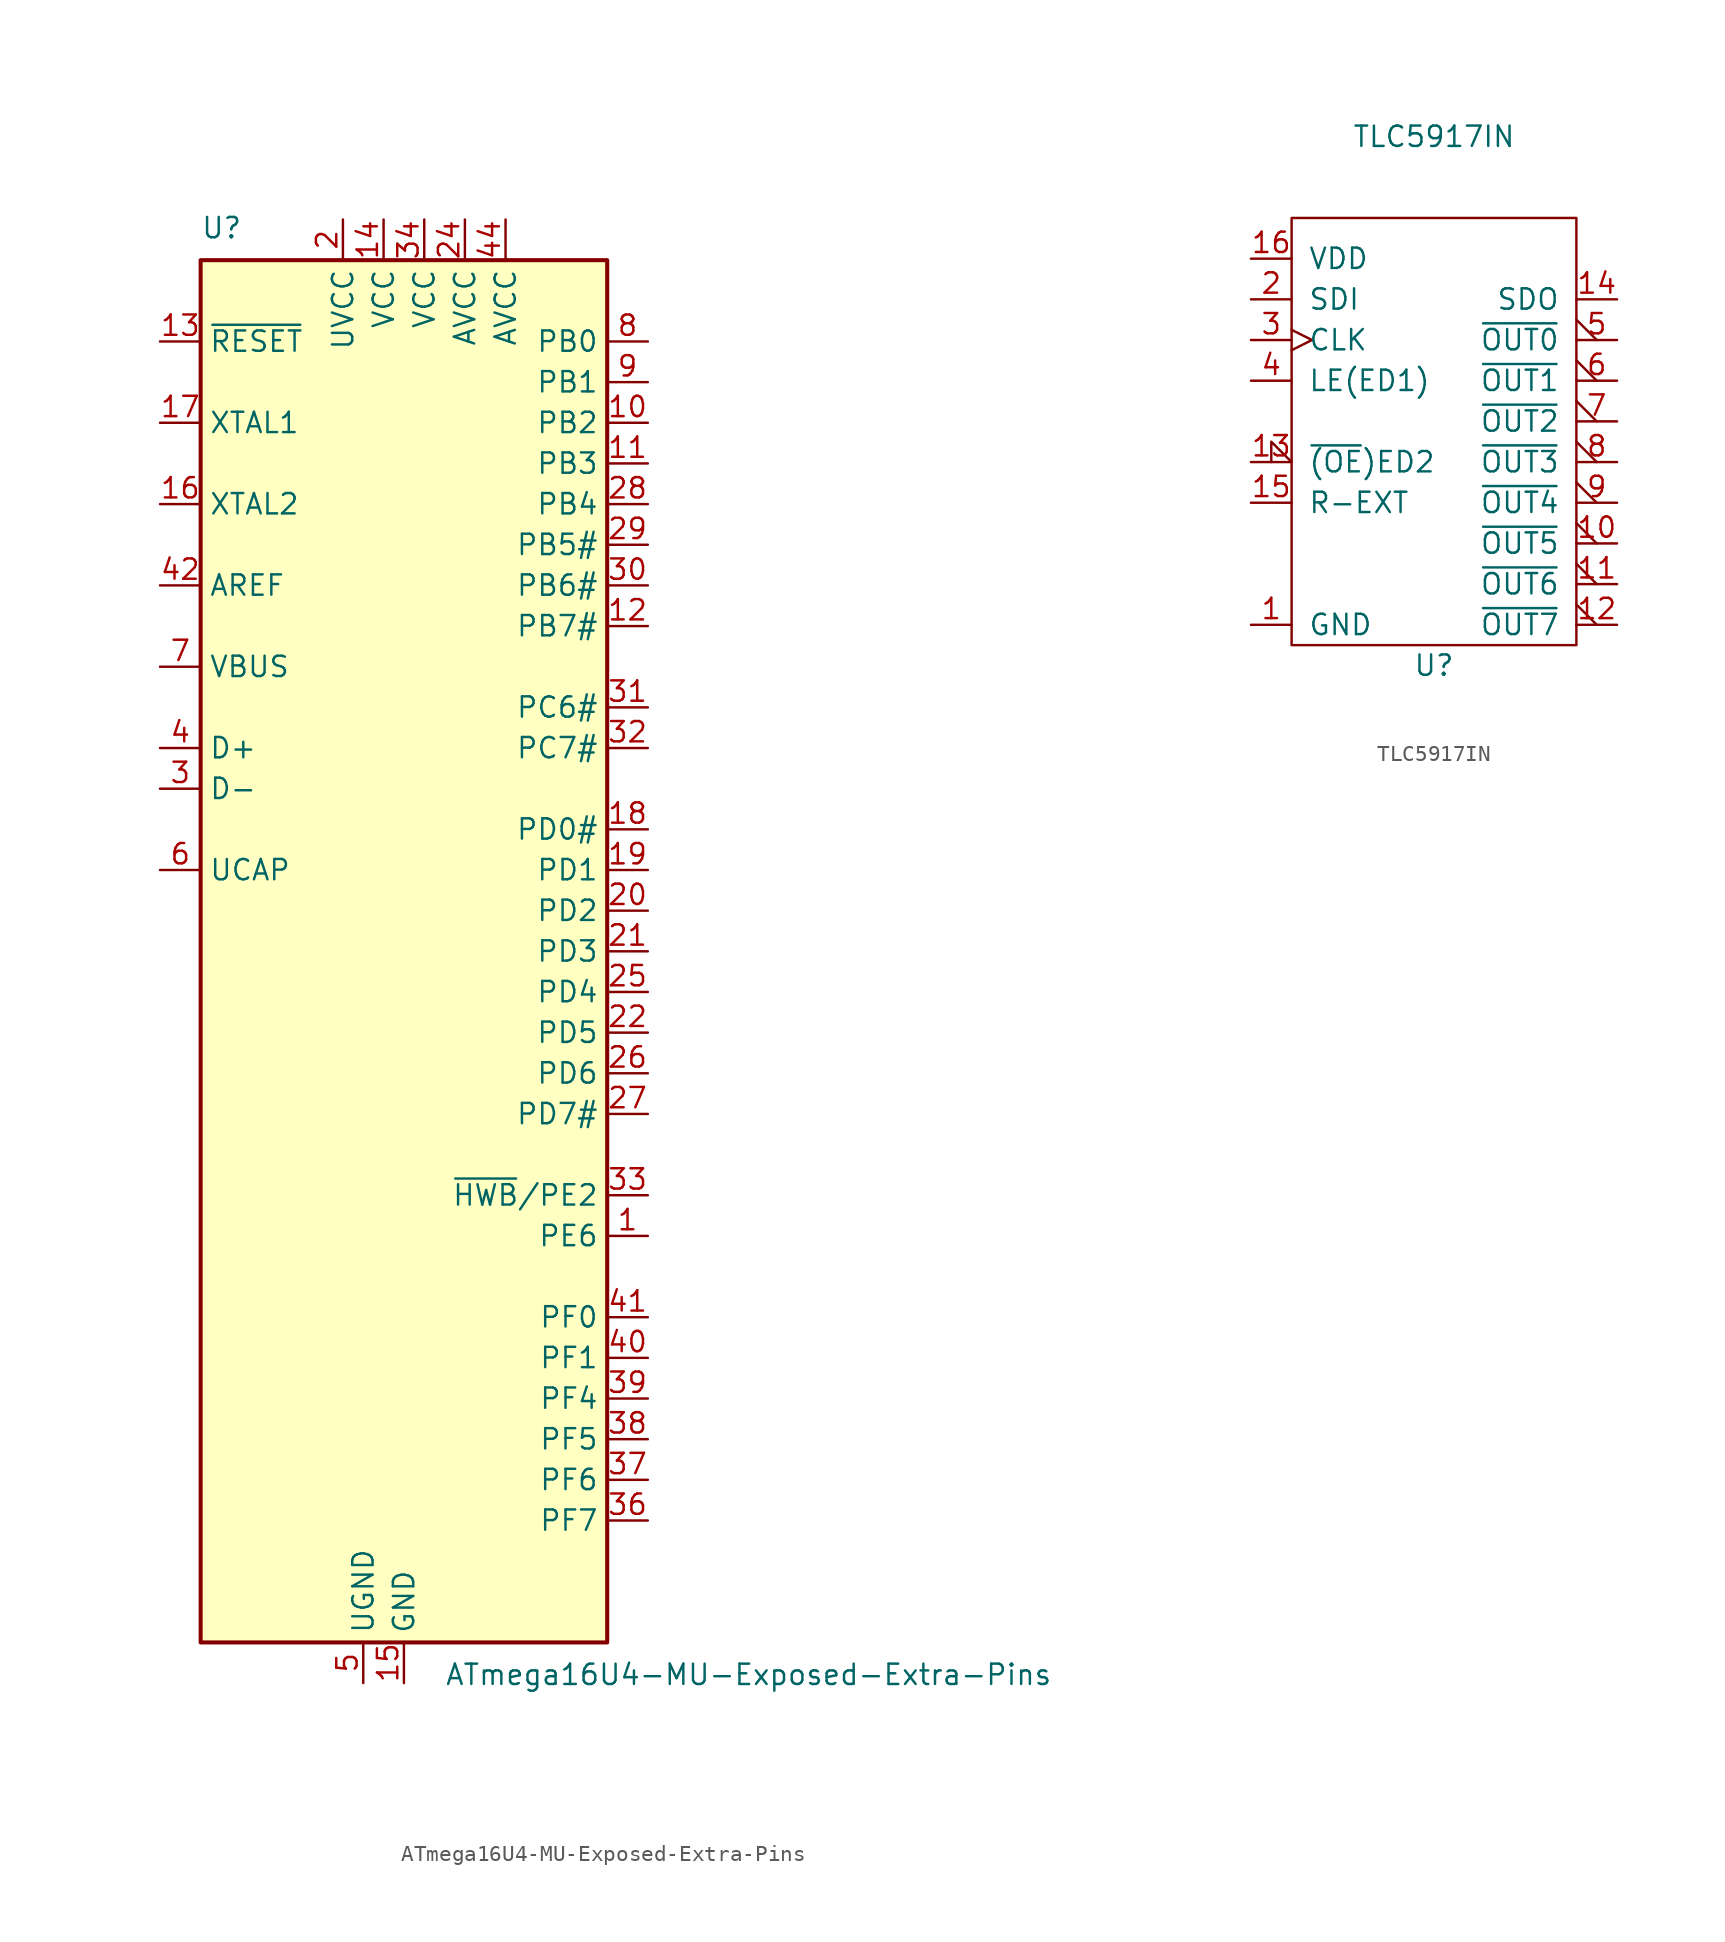
<source format=kicad_sym>
(kicad_symbol_lib
  (version 20211014)
  (generator kicad_symbol_editor)
  (symbol "ATmega16U4-MU-Exposed-Extra-Pins"
    (property "Reference" "U"
      (at -12.7 44.45 0)
      (effects (font (size 1.27 1.27)) (justify left bottom)))
    (property "Value" "ATmega16U4-MU-Exposed-Extra-Pins"
      (at 2.54 -44.45 0)
      (effects (font (size 1.27 1.27)) (justify left top)))
    (symbol "ATmega16U4-MU-Exposed-Extra-Pins_0_1"
      (rectangle (start -12.7 -43.18) (end 12.7 43.18) (stroke (width 0.254) (type default) (color 0 0 0 0)) (fill (type background))))
    (symbol "ATmega16U4-MU-Exposed-Extra-Pins_1_1"
      (pin bidirectional line (at 15.24 -17.78 180) (length 2.54) (name "PE6" (effects (font (size 1.27 1.27)))) (number "1" (effects (font (size 1.27 1.27)))))
      (pin bidirectional line (at 15.24 33.02 180) (length 2.54) (name "PB2" (effects (font (size 1.27 1.27)))) (number "10" (effects (font (size 1.27 1.27)))))
      (pin bidirectional line (at 15.24 30.48 180) (length 2.54) (name "PB3" (effects (font (size 1.27 1.27)))) (number "11" (effects (font (size 1.27 1.27)))))
      (pin bidirectional line (at 15.24 20.32 180) (length 2.54) (name "PB7#" (effects (font (size 1.27 1.27)))) (number "12" (effects (font (size 1.27 1.27)))))
      (pin input line (at -15.24 38.1 0) (length 2.54) (name "~{RESET}" (effects (font (size 1.27 1.27)))) (number "13" (effects (font (size 1.27 1.27)))))
      (pin power_in line (at -1.27 45.72 270) (length 2.54) (name "VCC" (effects (font (size 1.27 1.27)))) (number "14" (effects (font (size 1.27 1.27)))))
      (pin power_in line (at 0 -45.72 90) (length 2.54) (name "GND" (effects (font (size 1.27 1.27)))) (number "15" (effects (font (size 1.27 1.27)))))
      (pin output line (at -15.24 27.94 0) (length 2.54) (name "XTAL2" (effects (font (size 1.27 1.27)))) (number "16" (effects (font (size 1.27 1.27)))))
      (pin input line (at -15.24 33.02 0) (length 2.54) (name "XTAL1" (effects (font (size 1.27 1.27)))) (number "17" (effects (font (size 1.27 1.27)))))
      (pin bidirectional line (at 15.24 7.62 180) (length 2.54) (name "PD0#" (effects (font (size 1.27 1.27)))) (number "18" (effects (font (size 1.27 1.27)))))
      (pin bidirectional line (at 15.24 5.08 180) (length 2.54) (name "PD1" (effects (font (size 1.27 1.27)))) (number "19" (effects (font (size 1.27 1.27)))))
      (pin power_in line (at -3.81 45.72 270) (length 2.54) (name "UVCC" (effects (font (size 1.27 1.27)))) (number "2" (effects (font (size 1.27 1.27)))))
      (pin bidirectional line (at 15.24 2.54 180) (length 2.54) (name "PD2" (effects (font (size 1.27 1.27)))) (number "20" (effects (font (size 1.27 1.27)))))
      (pin bidirectional line (at 15.24 0 180) (length 2.54) (name "PD3" (effects (font (size 1.27 1.27)))) (number "21" (effects (font (size 1.27 1.27)))))
      (pin bidirectional line (at 15.24 -5.08 180) (length 2.54) (name "PD5" (effects (font (size 1.27 1.27)))) (number "22" (effects (font (size 1.27 1.27)))))
      (pin passive line (at 0 -45.72 90) (length 2.54) hide (name "GND" (effects (font (size 1.27 1.27)))) (number "23" (effects (font (size 1.27 1.27)))))
      (pin power_in line (at 3.81 45.72 270) (length 2.54) (name "AVCC" (effects (font (size 1.27 1.27)))) (number "24" (effects (font (size 1.27 1.27)))))
      (pin bidirectional line (at 15.24 -2.54 180) (length 2.54) (name "PD4" (effects (font (size 1.27 1.27)))) (number "25" (effects (font (size 1.27 1.27)))))
      (pin bidirectional line (at 15.24 -7.62 180) (length 2.54) (name "PD6" (effects (font (size 1.27 1.27)))) (number "26" (effects (font (size 1.27 1.27)))))
      (pin bidirectional line (at 15.24 -10.16 180) (length 2.54) (name "PD7#" (effects (font (size 1.27 1.27)))) (number "27" (effects (font (size 1.27 1.27)))))
      (pin bidirectional line (at 15.24 27.94 180) (length 2.54) (name "PB4" (effects (font (size 1.27 1.27)))) (number "28" (effects (font (size 1.27 1.27)))))
      (pin bidirectional line (at 15.24 25.4 180) (length 2.54) (name "PB5#" (effects (font (size 1.27 1.27)))) (number "29" (effects (font (size 1.27 1.27)))))
      (pin bidirectional line (at -15.24 10.16 0) (length 2.54) (name "D-" (effects (font (size 1.27 1.27)))) (number "3" (effects (font (size 1.27 1.27)))))
      (pin bidirectional line (at 15.24 22.86 180) (length 2.54) (name "PB6#" (effects (font (size 1.27 1.27)))) (number "30" (effects (font (size 1.27 1.27)))))
      (pin bidirectional line (at 15.24 15.24 180) (length 2.54) (name "PC6#" (effects (font (size 1.27 1.27)))) (number "31" (effects (font (size 1.27 1.27)))))
      (pin bidirectional line (at 15.24 12.7 180) (length 2.54) (name "PC7#" (effects (font (size 1.27 1.27)))) (number "32" (effects (font (size 1.27 1.27)))))
      (pin bidirectional line (at 15.24 -15.24 180) (length 2.54) (name "~{HWB}/PE2" (effects (font (size 1.27 1.27)))) (number "33" (effects (font (size 1.27 1.27)))))
      (pin power_in line (at 1.27 45.72 270) (length 2.54) (name "VCC" (effects (font (size 1.27 1.27)))) (number "34" (effects (font (size 1.27 1.27)))))
      (pin passive line (at 0 -45.72 90) (length 2.54) hide (name "GND" (effects (font (size 1.27 1.27)))) (number "35" (effects (font (size 1.27 1.27)))))
      (pin bidirectional line (at 15.24 -35.56 180) (length 2.54) (name "PF7" (effects (font (size 1.27 1.27)))) (number "36" (effects (font (size 1.27 1.27)))))
      (pin bidirectional line (at 15.24 -33.02 180) (length 2.54) (name "PF6" (effects (font (size 1.27 1.27)))) (number "37" (effects (font (size 1.27 1.27)))))
      (pin bidirectional line (at 15.24 -30.48 180) (length 2.54) (name "PF5" (effects (font (size 1.27 1.27)))) (number "38" (effects (font (size 1.27 1.27)))))
      (pin bidirectional line (at 15.24 -27.94 180) (length 2.54) (name "PF4" (effects (font (size 1.27 1.27)))) (number "39" (effects (font (size 1.27 1.27)))))
      (pin bidirectional line (at -15.24 12.7 0) (length 2.54) (name "D+" (effects (font (size 1.27 1.27)))) (number "4" (effects (font (size 1.27 1.27)))))
      (pin bidirectional line (at 15.24 -25.4 180) (length 2.54) (name "PF1" (effects (font (size 1.27 1.27)))) (number "40" (effects (font (size 1.27 1.27)))))
      (pin bidirectional line (at 15.24 -22.86 180) (length 2.54) (name "PF0" (effects (font (size 1.27 1.27)))) (number "41" (effects (font (size 1.27 1.27)))))
      (pin passive line (at -15.24 22.86 0) (length 2.54) (name "AREF" (effects (font (size 1.27 1.27)))) (number "42" (effects (font (size 1.27 1.27)))))
      (pin passive line (at 0 -45.72 90) (length 2.54) hide (name "GND" (effects (font (size 1.27 1.27)))) (number "43" (effects (font (size 1.27 1.27)))))
      (pin power_in line (at 6.35 45.72 270) (length 2.54) (name "AVCC" (effects (font (size 1.27 1.27)))) (number "44" (effects (font (size 1.27 1.27)))))
      (pin passive line (at 0 -45.72 90) (length 2.54) hide (name "GND" (effects (font (size 1.27 1.27)))) (number "45" (effects (font (size 1.27 1.27)))))
      (pin passive line (at -2.54 -45.72 90) (length 2.54) (name "UGND" (effects (font (size 1.27 1.27)))) (number "5" (effects (font (size 1.27 1.27)))))
      (pin passive line (at -15.24 5.08 0) (length 2.54) (name "UCAP" (effects (font (size 1.27 1.27)))) (number "6" (effects (font (size 1.27 1.27)))))
      (pin input line (at -15.24 17.78 0) (length 2.54) (name "VBUS" (effects (font (size 1.27 1.27)))) (number "7" (effects (font (size 1.27 1.27)))))
      (pin bidirectional line (at 15.24 38.1 180) (length 2.54) (name "PB0" (effects (font (size 1.27 1.27)))) (number "8" (effects (font (size 1.27 1.27)))))
      (pin bidirectional line (at 15.24 35.56 180) (length 2.54) (name "PB1" (effects (font (size 1.27 1.27)))) (number "9" (effects (font (size 1.27 1.27)))))))
  (symbol "TLC5917IN"
    (pin_names
      (offset 1.016))
    (property "Reference" "U"
      (at 0 -13.97 0)
      (effects (font (size 1.27 1.27))))
    (property "Value" "TLC5917IN"
      (at 0 19.05 0)
      (effects (font (size 1.27 1.27))))
    (symbol "TLC5917IN_0_1"
      (rectangle (start -8.89 13.97) (end 8.89 -12.7) (stroke (width 0) (type default) (color 0 0 0 0)) (fill (type none))))
    (symbol "TLC5917IN_1_1"
      (pin power_in line (at -11.43 -11.43 0) (length 2.54) (name "GND" (effects (font (size 1.27 1.27)))) (number "1" (effects (font (size 1.27 1.27)))))
      (pin output output_low (at 11.43 -6.35 180) (length 2.54) (name "~{OUT5}" (effects (font (size 1.27 1.27)))) (number "10" (effects (font (size 1.27 1.27)))))
      (pin output output_low (at 11.43 -8.89 180) (length 2.54) (name "~{OUT6}" (effects (font (size 1.27 1.27)))) (number "11" (effects (font (size 1.27 1.27)))))
      (pin output output_low (at 11.43 -11.43 180) (length 2.54) (name "~{OUT7}" (effects (font (size 1.27 1.27)))) (number "12" (effects (font (size 1.27 1.27)))))
      (pin input input_low (at -11.43 -1.27 0) (length 2.54) (name "~{(OE})ED2" (effects (font (size 1.27 1.27)))) (number "13" (effects (font (size 1.27 1.27)))))
      (pin output line (at 11.43 8.89 180) (length 2.54) (name "SDO" (effects (font (size 1.27 1.27)))) (number "14" (effects (font (size 1.27 1.27)))))
      (pin input line (at -11.43 -3.81 0) (length 2.54) (name "R-EXT" (effects (font (size 1.27 1.27)))) (number "15" (effects (font (size 1.27 1.27)))))
      (pin power_in line (at -11.43 11.43 0) (length 2.54) (name "VDD" (effects (font (size 1.27 1.27)))) (number "16" (effects (font (size 1.27 1.27)))))
      (pin input line (at -11.43 8.89 0) (length 2.54) (name "SDI" (effects (font (size 1.27 1.27)))) (number "2" (effects (font (size 1.27 1.27)))))
      (pin input clock (at -11.43 6.35 0) (length 2.54) (name "CLK" (effects (font (size 1.27 1.27)))) (number "3" (effects (font (size 1.27 1.27)))))
      (pin input line (at -11.43 3.81 0) (length 2.54) (name "LE(ED1)" (effects (font (size 1.27 1.27)))) (number "4" (effects (font (size 1.27 1.27)))))
      (pin output output_low (at 11.43 6.35 180) (length 2.54) (name "~{OUT0}" (effects (font (size 1.27 1.27)))) (number "5" (effects (font (size 1.27 1.27)))))
      (pin output output_low (at 11.43 3.81 180) (length 2.54) (name "~{OUT1}" (effects (font (size 1.27 1.27)))) (number "6" (effects (font (size 1.27 1.27)))))
      (pin output output_low (at 11.43 1.27 180) (length 2.54) (name "~{OUT2}" (effects (font (size 1.27 1.27)))) (number "7" (effects (font (size 1.27 1.27)))))
      (pin output output_low (at 11.43 -1.27 180) (length 2.54) (name "~{OUT3}" (effects (font (size 1.27 1.27)))) (number "8" (effects (font (size 1.27 1.27)))))
      (pin output output_low (at 11.43 -3.81 180) (length 2.54) (name "~{OUT4}" (effects (font (size 1.27 1.27)))) (number "9" (effects (font (size 1.27 1.27))))))))
</source>
